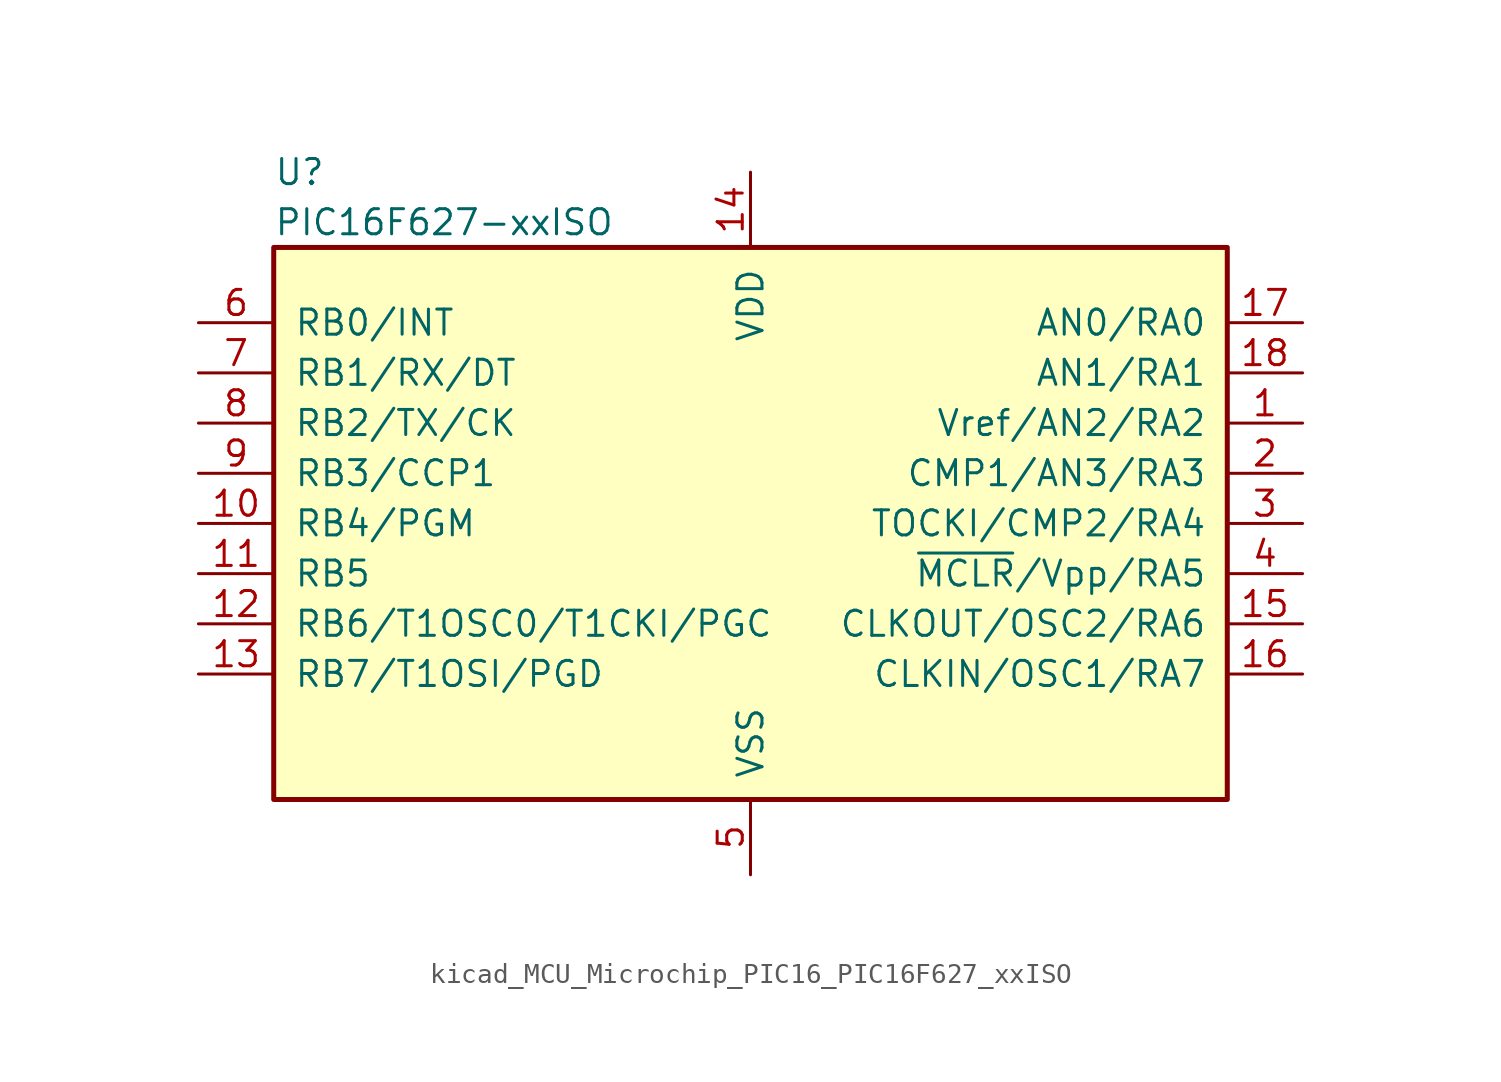
<source format=kicad_sym>
(kicad_symbol_lib
  (version 20220914)
  (generator kicad_symbol_editor)
  (symbol "kicad_MCU_Microchip_PIC16_PIC16F627_xxISO"
    (pin_names
      (offset 1.016))
    (property "Reference" "U"
      (at -24.13 17.78 0)
      (effects (font (size 1.27 1.27)) (justify left)))
    (property "Value" "PIC16F627-xxISO"
      (at -24.13 15.24 0)
      (effects (font (size 1.27 1.27)) (justify left)))
    (symbol "kicad_MCU_Microchip_PIC16_PIC16F627_xxISO_0_1"
      (rectangle (start 24.13 13.97) (end -24.13 -13.97) (stroke (width 0.254) (type default)) (fill (type background))))
    (symbol "kicad_MCU_Microchip_PIC16_PIC16F627_xxISO_1_1"
      (pin bidirectional line (at 27.94 5.08 180) (length 3.81) (name "Vref/AN2/RA2" (effects (font (size 1.27 1.27)))) (number "1" (effects (font (size 1.27 1.27)))))
      (pin bidirectional line (at -27.94 0 0) (length 3.81) (name "RB4/PGM" (effects (font (size 1.27 1.27)))) (number "10" (effects (font (size 1.27 1.27)))))
      (pin bidirectional line (at -27.94 -2.54 0) (length 3.81) (name "RB5" (effects (font (size 1.27 1.27)))) (number "11" (effects (font (size 1.27 1.27)))))
      (pin bidirectional line (at -27.94 -5.08 0) (length 3.81) (name "RB6/T1OSC0/T1CKI/PGC" (effects (font (size 1.27 1.27)))) (number "12" (effects (font (size 1.27 1.27)))))
      (pin bidirectional line (at -27.94 -7.62 0) (length 3.81) (name "RB7/T1OSI/PGD" (effects (font (size 1.27 1.27)))) (number "13" (effects (font (size 1.27 1.27)))))
      (pin power_in line (at 0 17.78 270) (length 3.81) (name "VDD" (effects (font (size 1.27 1.27)))) (number "14" (effects (font (size 1.27 1.27)))))
      (pin bidirectional line (at 27.94 -5.08 180) (length 3.81) (name "CLKOUT/OSC2/RA6" (effects (font (size 1.27 1.27)))) (number "15" (effects (font (size 1.27 1.27)))))
      (pin bidirectional line (at 27.94 -7.62 180) (length 3.81) (name "CLKIN/OSC1/RA7" (effects (font (size 1.27 1.27)))) (number "16" (effects (font (size 1.27 1.27)))))
      (pin bidirectional line (at 27.94 10.16 180) (length 3.81) (name "AN0/RA0" (effects (font (size 1.27 1.27)))) (number "17" (effects (font (size 1.27 1.27)))))
      (pin bidirectional line (at 27.94 7.62 180) (length 3.81) (name "AN1/RA1" (effects (font (size 1.27 1.27)))) (number "18" (effects (font (size 1.27 1.27)))))
      (pin bidirectional line (at 27.94 2.54 180) (length 3.81) (name "CMP1/AN3/RA3" (effects (font (size 1.27 1.27)))) (number "2" (effects (font (size 1.27 1.27)))))
      (pin bidirectional line (at 27.94 0 180) (length 3.81) (name "TOCKI/CMP2/RA4" (effects (font (size 1.27 1.27)))) (number "3" (effects (font (size 1.27 1.27)))))
      (pin input line (at 27.94 -2.54 180) (length 3.81) (name "~{MCLR}/Vpp/RA5" (effects (font (size 1.27 1.27)))) (number "4" (effects (font (size 1.27 1.27)))))
      (pin power_in line (at 0 -17.78 90) (length 3.81) (name "VSS" (effects (font (size 1.27 1.27)))) (number "5" (effects (font (size 1.27 1.27)))))
      (pin bidirectional line (at -27.94 10.16 0) (length 3.81) (name "RB0/INT" (effects (font (size 1.27 1.27)))) (number "6" (effects (font (size 1.27 1.27)))))
      (pin bidirectional line (at -27.94 7.62 0) (length 3.81) (name "RB1/RX/DT" (effects (font (size 1.27 1.27)))) (number "7" (effects (font (size 1.27 1.27)))))
      (pin bidirectional line (at -27.94 5.08 0) (length 3.81) (name "RB2/TX/CK" (effects (font (size 1.27 1.27)))) (number "8" (effects (font (size 1.27 1.27)))))
      (pin bidirectional line (at -27.94 2.54 0) (length 3.81) (name "RB3/CCP1" (effects (font (size 1.27 1.27)))) (number "9" (effects (font (size 1.27 1.27))))))))
</source>
